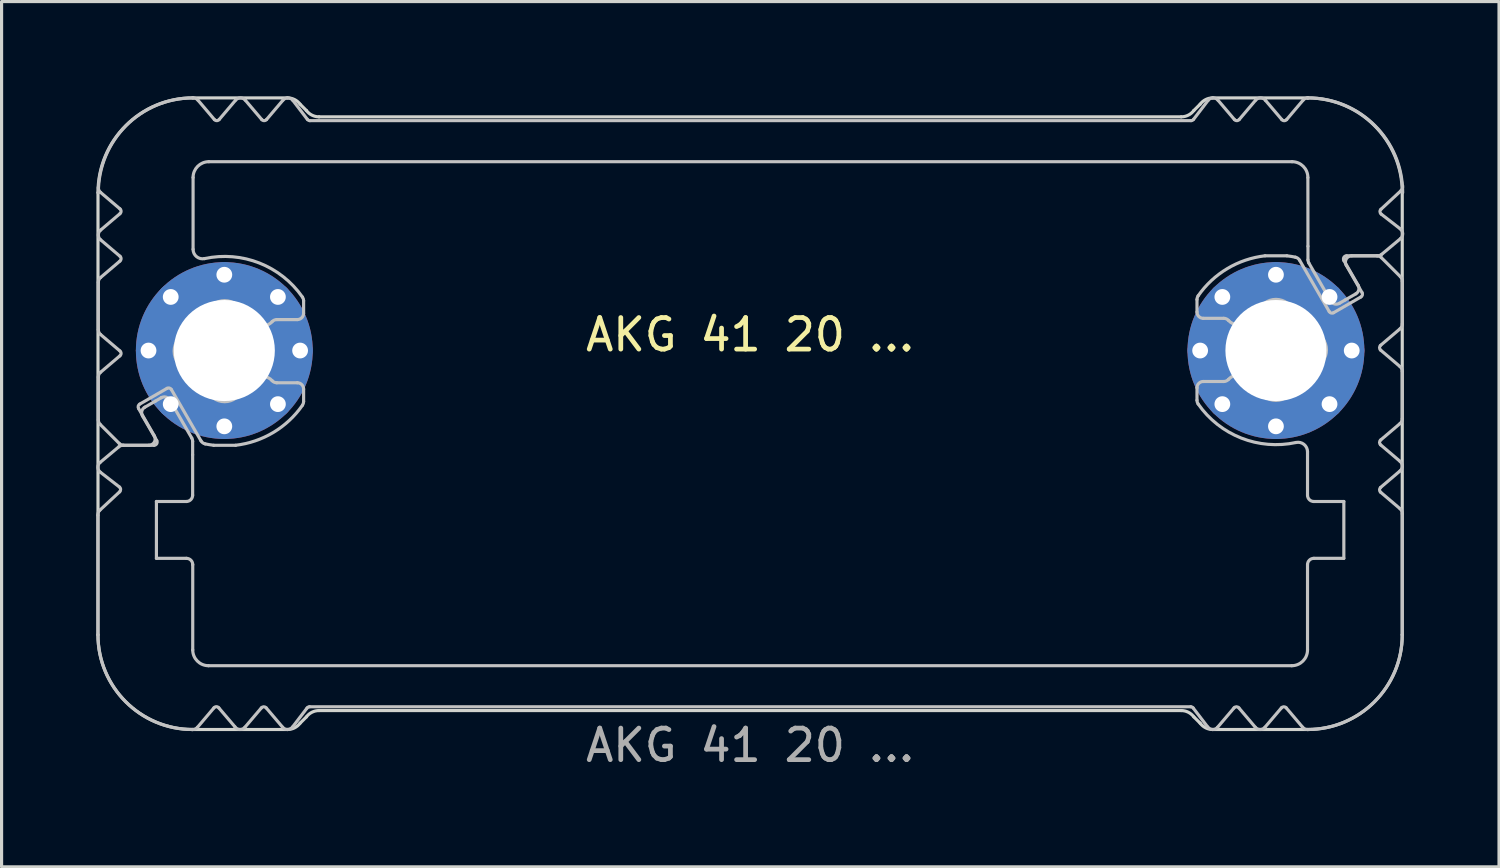
<source format=kicad_pcb>
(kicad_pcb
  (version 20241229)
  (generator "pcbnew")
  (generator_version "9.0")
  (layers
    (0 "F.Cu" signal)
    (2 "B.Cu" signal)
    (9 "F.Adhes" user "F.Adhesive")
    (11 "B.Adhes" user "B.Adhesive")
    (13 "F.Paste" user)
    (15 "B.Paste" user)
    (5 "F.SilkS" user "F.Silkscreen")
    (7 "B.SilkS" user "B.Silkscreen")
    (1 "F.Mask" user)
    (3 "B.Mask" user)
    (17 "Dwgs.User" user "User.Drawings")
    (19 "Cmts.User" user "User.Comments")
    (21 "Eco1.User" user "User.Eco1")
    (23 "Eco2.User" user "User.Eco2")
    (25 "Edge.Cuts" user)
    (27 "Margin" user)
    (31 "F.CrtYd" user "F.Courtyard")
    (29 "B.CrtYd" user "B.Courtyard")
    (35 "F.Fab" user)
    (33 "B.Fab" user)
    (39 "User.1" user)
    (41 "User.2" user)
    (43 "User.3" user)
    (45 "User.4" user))
  (footprint "AKG 41 20 ..."
    (layer "F.Cu")
    (at 20.703 8.05)
    (property "Reference" "AKG 41 20 ..." (at 0 -0.5 0) (unlocked yes) (layer "F.SilkS") (effects (font (size 1 1) (thickness 0.15))))
    (attr exclude_from_pos_files dnp)
    (fp_poly (pts (xy -13.996 -7.3) (xy 2.904 -7.3) (xy 2.904 -6) (xy -17.596 -6) (xy -17.596 -8) (xy -16.896 -7.2) (xy -16.146 -8) (xy -15.396 -7.2) (xy -14.646 -8)) (stroke (width 0.1) (type solid)) (fill yes) (layer "B.Mask"))
    (fp_poly (pts (xy -13.996 11.3) (xy 2.904 11.3) (xy 2.904 10) (xy -17.596 10) (xy -17.596 12) (xy -16.896 11.2) (xy -16.146 12) (xy -15.396 11.2) (xy -14.646 12)) (stroke (width 0.1) (type solid)) (fill yes) (layer "B.Mask"))
    (fp_poly (pts (xy 14.004 -7.3) (xy -2.896 -7.3) (xy -2.896 -6) (xy 17.604 -6) (xy 17.604 -8) (xy 16.904 -7.2) (xy 16.154 -8) (xy 15.404 -7.2) (xy 14.654 -8)) (stroke (width 0.1) (type solid)) (fill yes) (layer "B.Mask"))
    (fp_poly (pts (xy 14.004 11.3) (xy -2.896 11.3) (xy -2.896 10) (xy 17.604 10) (xy 17.604 12) (xy 16.904 11.2) (xy 16.154 12) (xy 15.404 11.2) (xy 14.654 12)) (stroke (width 0.1) (type solid)) (fill yes) (layer "B.Mask"))
    (fp_poly (pts (xy -17.696 -6.7) (xy -17.696 -4.7) (xy -17.696 0.1) (xy -19.796 0.1) (xy -20.596 -0.6) (xy -20.596 -2.2) (xy -19.696 -2.9) (xy -20.596 -3.7) (xy -19.796 -4.4) (xy -20.596 -5.1) (xy -20.596 -8) (xy -17.696 -8)) (stroke (width 0.1) (type solid)) (fill yes) (layer "B.Mask"))
    (fp_poly (pts (xy 17.704 -6.7) (xy 17.704 -4.7) (xy 17.704 -0.1) (xy 19.804 -0.1) (xy 20.604 -0.8) (xy 20.604 -2.2) (xy 19.804 -3) (xy 20.604 -3.7) (xy 19.804 -4.4) (xy 20.604 -5.1) (xy 20.604 -8) (xy 17.704 -8)) (stroke (width 0.1) (type solid)) (fill yes) (layer "B.Mask"))
    (fp_poly (pts (xy -17.696 6.7) (xy -18.796 6.7) (xy -18.796 4.7) (xy -17.696 4.7) (xy -17.696 0.1) (xy -19.796 0.1) (xy -20.596 0.8) (xy -20.596 2.2) (xy -19.796 3) (xy -20.596 3.7) (xy -19.796 4.4) (xy -20.596 5.1) (xy -20.596 12) (xy -17.696 12)) (stroke (width 0.1) (type solid)) (fill yes) (layer "B.Mask"))
    (fp_poly (pts (xy 17.704 6.7) (xy 18.804 6.7) (xy 18.804 4.7) (xy 17.704 4.7) (xy 17.704 -0.1) (xy 19.804 -0.1) (xy 20.604 0.6) (xy 20.604 2.2) (xy 19.704 2.9) (xy 20.604 3.7) (xy 19.804 4.4) (xy 20.604 5.1) (xy 20.604 12) (xy 17.704 12)) (stroke (width 0.1) (type solid)) (fill yes) (layer "B.Mask"))
    (fp_line (start -20.652 9) (end -20.652 5.214) (stroke (width 0.1) (type solid)) (layer "Dwgs.User"))
    (fp_line (start -20.639 -0.66) (end -20.639 -2.16) (stroke (width 0.1) (type solid)) (layer "Dwgs.User"))
    (fp_line (start -20.639 2.197) (end -20.639 0.84) (stroke (width 0.1) (type solid)) (layer "Dwgs.User"))
    (fp_line (start -20.589 5.053) (end -19.965 4.473) (stroke (width 0.1) (type solid)) (layer "Dwgs.User"))
    (fp_line (start -20.583 3.543) (end -19.989 3.046) (stroke (width 0.1) (type solid)) (layer "Dwgs.User"))
    (fp_line (start -20.569 -3.812) (end -19.955 -4.334) (stroke (width 0.1) (type solid)) (layer "Dwgs.User"))
    (fp_line (start -20.569 -2.312) (end -19.955 -2.834) (stroke (width 0.1) (type solid)) (layer "Dwgs.User"))
    (fp_line (start -20.569 0.688) (end -19.955 0.166) (stroke (width 0.1) (type solid)) (layer "Dwgs.User"))
    (fp_line (start -19.978 2.941) (end -20.581 2.339) (stroke (width 0.1) (type solid)) (layer "Dwgs.User"))
    (fp_line (start -19.972 4.321) (end -20.575 3.853) (stroke (width 0.1) (type solid)) (layer "Dwgs.User"))
    (fp_line (start -19.955 -4.486) (end -20.569 -5.008) (stroke (width 0.1) (type solid)) (layer "Dwgs.User"))
    (fp_line (start -19.955 -2.986) (end -20.569 -3.508) (stroke (width 0.1) (type solid)) (layer "Dwgs.User"))
    (fp_line (start -19.955 0.014) (end -20.569 -0.508) (stroke (width 0.1) (type solid)) (layer "Dwgs.User"))
    (fp_line (start -19.86 3) (end -18.877 3) (stroke (width 0.1) (type solid)) (layer "Dwgs.User"))
    (fp_line (start -19.366 1.834) (end -18.866 2.7) (stroke (width 0.1) (type solid)) (layer "Dwgs.User"))
    (fp_line (start -19.168 1.795) (end -18.833 1.602) (stroke (width 0.1) (type solid)) (layer "Dwgs.User"))
    (fp_line (start -19.039 3) (end -19.836 3) (stroke (width 0.1) (type solid)) (layer "Dwgs.User"))
    (fp_line (start -18.833 1.602) (end -18.649 1.495) (stroke (width 0.1) (type solid)) (layer "Dwgs.User"))
    (fp_line (start -18.8 4.78) (end -18.8 6.58) (stroke (width 0.1) (type solid)) (layer "Dwgs.User"))
    (fp_line (start -18.8 6.58) (end -17.85 6.58) (stroke (width 0.1) (type solid)) (layer "Dwgs.User"))
    (fp_line (start -18.79 2.85) (end -19.242 2.068) (stroke (width 0.1) (type solid)) (layer "Dwgs.User"))
    (fp_line (start -18.463 1.197) (end -19.329 1.697) (stroke (width 0.1) (type solid)) (layer "Dwgs.User"))
    (fp_line (start -18.375 1.568) (end -17.68 2.773) (stroke (width 0.1) (type solid)) (layer "Dwgs.User"))
    (fp_line (start -17.853 4.78) (end -18.8 4.78) (stroke (width 0.1) (type solid)) (layer "Dwgs.User"))
    (fp_line (start -17.653 2.873) (end -17.653 3.3) (stroke (width 0.1) (type solid)) (layer "Dwgs.User"))
    (fp_line (start -17.653 3.305) (end -17.653 4.58) (stroke (width 0.1) (type solid)) (layer "Dwgs.User"))
    (fp_line (start -17.652 12) (end -17.652 12) (stroke (width 0.1) (type solid)) (layer "Dwgs.User"))
    (fp_line (start -17.651 12) (end -17.652 12) (stroke (width 0.1) (type solid)) (layer "Dwgs.User"))
    (fp_line (start -17.65 6.78) (end -17.65 9.48) (stroke (width 0.1) (type solid)) (layer "Dwgs.User"))
    (fp_line (start -17.639 -5.48) (end -17.639 -3.205) (stroke (width 0.1) (type solid)) (layer "Dwgs.User"))
    (fp_line (start -17.486 -7.929) (end -16.965 -7.315) (stroke (width 0.1) (type solid)) (layer "Dwgs.User"))
    (fp_line (start -17.388 2.86) (end -18.327 1.234) (stroke (width 0.1) (type solid)) (layer "Dwgs.User"))
    (fp_line (start -17.15 9.98) (end 17.15 9.98) (stroke (width 0.1) (type solid)) (layer "Dwgs.User"))
    (fp_line (start -16.979 11.315) (end -17.499 11.929) (stroke (width 0.1) (type solid)) (layer "Dwgs.User"))
    (fp_line (start -16.813 -7.315) (end -16.292 -7.929) (stroke (width 0.1) (type solid)) (layer "Dwgs.User"))
    (fp_line (start -16.314 11.914) (end -16.824 11.315) (stroke (width 0.1) (type solid)) (layer "Dwgs.User"))
    (fp_line (start -16.293 3) (end -16.985 3) (stroke (width 0.1) (type solid)) (layer "Dwgs.User"))
    (fp_line (start -15.987 -7.929) (end -15.465 -7.315) (stroke (width 0.1) (type solid)) (layer "Dwgs.User"))
    (fp_line (start -15.476 11.315) (end -15.998 11.929) (stroke (width 0.1) (type solid)) (layer "Dwgs.User"))
    (fp_line (start -15.313 -7.315) (end -14.792 -7.929) (stroke (width 0.1) (type solid)) (layer "Dwgs.User"))
    (fp_line (start -14.988 1.02) (end -14.339 1.02) (stroke (width 0.1) (type solid)) (layer "Dwgs.User"))
    (fp_line (start -14.803 11.929) (end -15.324 11.315) (stroke (width 0.1) (type solid)) (layer "Dwgs.User"))
    (fp_line (start -14.48 -7.922) (end -14.019 -7.319) (stroke (width 0.1) (type solid)) (layer "Dwgs.User"))
    (fp_line (start -14.339 -0.98) (end -14.988 -0.98) (stroke (width 0.1) (type solid)) (layer "Dwgs.User"))
    (fp_line (start -14.139 -1.577) (end -14.139 -1.18) (stroke (width 0.1) (type solid)) (layer "Dwgs.User"))
    (fp_line (start -14.139 1.22) (end -14.139 1.617) (stroke (width 0.1) (type solid)) (layer "Dwgs.User"))
    (fp_line (start -14.029 11.319) (end -14.491 11.922) (stroke (width 0.1) (type solid)) (layer "Dwgs.User"))
    (fp_line (start -13.939 -7.28) (end 13.961 -7.28) (stroke (width 0.1) (type solid)) (layer "Dwgs.User"))
    (fp_line (start 13.95 11.28) (end -13.95 11.28) (stroke (width 0.1) (type solid)) (layer "Dwgs.User"))
    (fp_line (start 14.04 -7.319) (end 14.502 -7.922) (stroke (width 0.1) (type solid)) (layer "Dwgs.User"))
    (fp_line (start 14.15 -1.22) (end 14.15 -1.617) (stroke (width 0.1) (type solid)) (layer "Dwgs.User"))
    (fp_line (start 14.15 1.577) (end 14.15 1.18) (stroke (width 0.1) (type solid)) (layer "Dwgs.User"))
    (fp_line (start 14.35 0.98) (end 14.999 0.98) (stroke (width 0.1) (type solid)) (layer "Dwgs.User"))
    (fp_line (start 14.491 11.922) (end 14.029 11.319) (stroke (width 0.1) (type solid)) (layer "Dwgs.User"))
    (fp_line (start 14.813 -7.929) (end 15.335 -7.315) (stroke (width 0.1) (type solid)) (layer "Dwgs.User"))
    (fp_line (start 14.999 -1.02) (end 14.35 -1.02) (stroke (width 0.1) (type solid)) (layer "Dwgs.User"))
    (fp_line (start 15.324 11.315) (end 14.802 11.929) (stroke (width 0.1) (type solid)) (layer "Dwgs.User"))
    (fp_line (start 15.487 -7.315) (end 16.008 -7.929) (stroke (width 0.1) (type solid)) (layer "Dwgs.User"))
    (fp_line (start 15.997 11.929) (end 15.476 11.315) (stroke (width 0.1) (type solid)) (layer "Dwgs.User"))
    (fp_line (start 16.304 -3) (end 16.996 -3) (stroke (width 0.1) (type solid)) (layer "Dwgs.User"))
    (fp_line (start 16.325 -7.914) (end 16.835 -7.315) (stroke (width 0.1) (type solid)) (layer "Dwgs.User"))
    (fp_line (start 16.824 11.315) (end 16.302 11.929) (stroke (width 0.1) (type solid)) (layer "Dwgs.User"))
    (fp_line (start 16.99 -7.315) (end 17.51 -7.929) (stroke (width 0.1) (type solid)) (layer "Dwgs.User"))
    (fp_line (start 17.161 -5.98) (end -17.139 -5.98) (stroke (width 0.1) (type solid)) (layer "Dwgs.User"))
    (fp_line (start 17.399 -2.86) (end 18.338 -1.234) (stroke (width 0.1) (type solid)) (layer "Dwgs.User"))
    (fp_line (start 17.496 11.929) (end 16.976 11.315) (stroke (width 0.1) (type solid)) (layer "Dwgs.User"))
    (fp_line (start 17.65 4.58) (end 17.65 3.205) (stroke (width 0.1) (type solid)) (layer "Dwgs.User"))
    (fp_line (start 17.65 9.48) (end 17.65 6.78) (stroke (width 0.1) (type solid)) (layer "Dwgs.User"))
    (fp_line (start 17.662 -8) (end 17.662 -8) (stroke (width 0.1) (type solid)) (layer "Dwgs.User"))
    (fp_line (start 17.662 -8) (end 17.663 -8) (stroke (width 0.1) (type solid)) (layer "Dwgs.User"))
    (fp_line (start 17.664 -3.305) (end 17.661 -5.476) (stroke (width 0.1) (type solid)) (layer "Dwgs.User"))
    (fp_line (start 17.664 -2.873) (end 17.664 -3.3) (stroke (width 0.1) (type solid)) (layer "Dwgs.User"))
    (fp_line (start 17.85 6.58) (end 18.8 6.58) (stroke (width 0.1) (type solid)) (layer "Dwgs.User"))
    (fp_line (start 18.386 -1.568) (end 17.691 -2.773) (stroke (width 0.1) (type solid)) (layer "Dwgs.User"))
    (fp_line (start 18.474 -1.197) (end 19.34 -1.697) (stroke (width 0.1) (type solid)) (layer "Dwgs.User"))
    (fp_line (start 18.8 4.78) (end 17.85 4.78) (stroke (width 0.1) (type solid)) (layer "Dwgs.User"))
    (fp_line (start 18.8 6.58) (end 18.8 4.78) (stroke (width 0.1) (type solid)) (layer "Dwgs.User"))
    (fp_line (start 18.801 -2.85) (end 19.252 -2.068) (stroke (width 0.1) (type solid)) (layer "Dwgs.User"))
    (fp_line (start 18.844 -1.602) (end 18.659 -1.495) (stroke (width 0.1) (type solid)) (layer "Dwgs.User"))
    (fp_line (start 19.05 -3) (end 19.847 -3) (stroke (width 0.1) (type solid)) (layer "Dwgs.User"))
    (fp_line (start 19.179 -1.795) (end 18.844 -1.602) (stroke (width 0.1) (type solid)) (layer "Dwgs.User"))
    (fp_line (start 19.377 -1.834) (end 18.877 -2.7) (stroke (width 0.1) (type solid)) (layer "Dwgs.User"))
    (fp_line (start 19.871 -3) (end 18.888 -3) (stroke (width 0.1) (type solid)) (layer "Dwgs.User"))
    (fp_line (start 19.965 -0.014) (end 20.579 0.508) (stroke (width 0.1) (type solid)) (layer "Dwgs.User"))
    (fp_line (start 19.965 2.986) (end 20.579 3.508) (stroke (width 0.1) (type solid)) (layer "Dwgs.User"))
    (fp_line (start 19.965 4.486) (end 20.579 5.008) (stroke (width 0.1) (type solid)) (layer "Dwgs.User"))
    (fp_line (start 19.983 -4.321) (end 20.586 -3.853) (stroke (width 0.1) (type solid)) (layer "Dwgs.User"))
    (fp_line (start 19.989 -2.941) (end 20.591 -2.339) (stroke (width 0.1) (type solid)) (layer "Dwgs.User"))
    (fp_line (start 20.579 -0.688) (end 19.965 -0.166) (stroke (width 0.1) (type solid)) (layer "Dwgs.User"))
    (fp_line (start 20.579 2.312) (end 19.965 2.834) (stroke (width 0.1) (type solid)) (layer "Dwgs.User"))
    (fp_line (start 20.579 3.812) (end 19.965 4.334) (stroke (width 0.1) (type solid)) (layer "Dwgs.User"))
    (fp_line (start 20.593 -3.543) (end 19.999 -3.047) (stroke (width 0.1) (type solid)) (layer "Dwgs.User"))
    (fp_line (start 20.6 -5.053) (end 19.976 -4.473) (stroke (width 0.1) (type solid)) (layer "Dwgs.User"))
    (fp_line (start 20.65 5.171) (end 20.649 9) (stroke (width 0.1) (type solid)) (layer "Dwgs.User"))
    (fp_line (start 20.65 -2.197) (end 20.65 -0.84) (stroke (width 0.1) (type solid)) (layer "Dwgs.User"))
    (fp_line (start 20.65 0.66) (end 20.65 2.16) (stroke (width 0.1) (type solid)) (layer "Dwgs.User"))
    (fp_arc (start -20.652431 5.214496) (mid -20.63921 5.126511) (end -20.589103 5.05299) (stroke (width 0.1) (type solid)) (layer "Dwgs.User"))
    (fp_arc (start -20.63919 -2.16003) (mid -20.620691 -2.24403) (end -20.568628 -2.312496) (stroke (width 0.1) (type solid)) (layer "Dwgs.User"))
    (fp_arc (start -20.63919 0.83997) (mid -20.620691 0.75597) (end -20.568628 0.687504) (stroke (width 0.1) (type solid)) (layer "Dwgs.User"))
    (fp_arc (start -20.638629 -5.00003) (mid -19.759776 -7.121528) (end -17.638132 -8.00003) (stroke (width 0.1) (type solid)) (layer "Dwgs.User"))
    (fp_arc (start -20.580611 2.338548) (mid -20.623952 2.273658) (end -20.63919 2.197127) (stroke (width 0.1) (type solid)) (layer "Dwgs.User"))
    (fp_arc (start -20.575499 3.853059) (mid -20.652937 3.699538) (end -20.582592 3.542641) (stroke (width 0.1) (type solid)) (layer "Dwgs.User"))
    (fp_arc (start -20.568628 -5.007564) (mid -20.623021 -5.081251) (end -20.638863 -5.171459) (stroke (width 0.1) (type solid)) (layer "Dwgs.User"))
    (fp_arc (start -20.568628 -3.507564) (mid -20.639188 -3.66003) (end -20.568628 -3.812496) (stroke (width 0.1) (type solid)) (layer "Dwgs.User"))
    (fp_arc (start -20.568628 -0.507564) (mid -20.620694 -0.576029) (end -20.63919 -0.66003) (stroke (width 0.1) (type solid)) (layer "Dwgs.User"))
    (fp_arc (start -19.988668 3.046481) (mid -19.928648 3.011946) (end -19.860445 2.99997) (stroke (width 0.1) (type solid)) (layer "Dwgs.User"))
    (fp_arc (start -19.971739 4.320925) (mid -19.933088 4.395508) (end -19.964937 4.473239) (stroke (width 0.1) (type solid)) (layer "Dwgs.User"))
    (fp_arc (start -19.954583 -4.486263) (mid -19.919295 -4.41003) (end -19.954583 -4.333797) (stroke (width 0.1) (type solid)) (layer "Dwgs.User"))
    (fp_arc (start -19.954583 -2.986263) (mid -19.919295 -2.91003) (end -19.954583 -2.833797) (stroke (width 0.1) (type solid)) (layer "Dwgs.User"))
    (fp_arc (start -19.954583 0.013737) (mid -19.919295 0.08997) (end -19.954583 0.166203) (stroke (width 0.1) (type solid)) (layer "Dwgs.User"))
    (fp_arc (start -19.836347 2.99997) (mid -19.912877 2.984729) (end -19.977769 2.941391) (stroke (width 0.1) (type solid)) (layer "Dwgs.User"))
    (fp_arc (start -19.365985 1.833944) (mid -19.375952 1.758068) (end -19.329382 1.697342) (stroke (width 0.1) (type solid)) (layer "Dwgs.User"))
    (fp_arc (start -19.241514 2.068343) (mid -19.261468 1.916586) (end -19.168309 1.795138) (stroke (width 0.1) (type solid)) (layer "Dwgs.User"))
    (fp_arc (start -18.865985 2.69997) (mid -18.865978 2.899974) (end -19.03919 2.99997) (stroke (width 0.1) (type solid)) (layer "Dwgs.User"))
    (fp_arc (start -18.790241 2.84997) (mid -18.790233 2.949975) (end -18.876844 2.99997) (stroke (width 0.1) (type solid)) (layer "Dwgs.User"))
    (fp_arc (start -18.648694 1.495138) (mid -18.496932 1.475166) (end -18.375489 1.568343) (stroke (width 0.1) (type solid)) (layer "Dwgs.User"))
    (fp_arc (start -18.463357 1.197342) (mid -18.387485 1.187387) (end -18.326754 1.233944) (stroke (width 0.1) (type solid)) (layer "Dwgs.User"))
    (fp_arc (start -17.850049 6.57997) (mid -17.708651 6.638572) (end -17.650049 6.77997) (stroke (width 0.1) (type solid)) (layer "Dwgs.User"))
    (fp_arc (start -17.80419 -0.556897) (mid -17.558426 -0.899266) (end -17.216057 -1.14503) (stroke (width 0.1) (type solid)) (layer "Dwgs.User"))
    (fp_arc (start -17.80419 0.596836) (mid -18.239189 0.01997) (end -17.80419 -0.556897) (stroke (width 0.1) (type solid)) (layer "Dwgs.User"))
    (fp_arc (start -17.679787 2.773333) (mid -17.659797 2.821567) (end -17.652992 2.873333) (stroke (width 0.1) (type solid)) (layer "Dwgs.User"))
    (fp_arc (start -17.652992 4.57997) (mid -17.711565 4.721397) (end -17.852992 4.77997) (stroke (width 0.1) (type solid)) (layer "Dwgs.User"))
    (fp_arc (start -17.651935 11.99997) (mid -19.773559 11.121448) (end -20.652431 8.99997) (stroke (width 0.1) (type solid)) (layer "Dwgs.User"))
    (fp_arc (start -17.63919 -5.48003) (mid -17.492738 -5.833578) (end -17.13919 -5.98003) (stroke (width 0.1) (type solid)) (layer "Dwgs.User"))
    (fp_arc (start -17.638132 -8.00003) (mid -17.554059 -7.98147) (end -17.485563 -7.929306) (stroke (width 0.1) (type solid)) (layer "Dwgs.User"))
    (fp_arc (start -17.499192 11.929246) (mid -17.567408 11.9813) (end -17.651161 11.999969) (stroke (width 0.1) (type solid)) (layer "Dwgs.User"))
    (fp_arc (start -17.275554 -2.911761) (mid -17.527487 -2.97138) (end -17.63919 -3.204934) (stroke (width 0.1) (type solid)) (layer "Dwgs.User"))
    (fp_arc (start -17.275554 -2.911761) (mid -15.540142 -2.771458) (end -14.174904 -1.690965) (stroke (width 0.1) (type solid)) (layer "Dwgs.User"))
    (fp_arc (start -17.255732 2.955932) (mid -17.331984 2.922143) (end -17.387834 2.860201) (stroke (width 0.1) (type solid)) (layer "Dwgs.User"))
    (fp_arc (start -17.216057 -1.14503) (mid -16.63919 -1.58003) (end -16.062323 -1.14503) (stroke (width 0.1) (type solid)) (layer "Dwgs.User"))
    (fp_arc (start -17.216057 1.18497) (mid -17.55843 0.939209) (end -17.80419 0.596836) (stroke (width 0.1) (type solid)) (layer "Dwgs.User"))
    (fp_arc (start -17.150049 9.97997) (mid -17.503577 9.833498) (end -17.650049 9.47997) (stroke (width 0.1) (type solid)) (layer "Dwgs.User"))
    (fp_arc (start -16.985022 2.99997) (mid -17.120881 2.981048) (end -17.255732 2.955932) (stroke (width 0.1) (type solid)) (layer "Dwgs.User"))
    (fp_arc (start -16.979121 11.315332) (mid -16.901541 11.278264) (end -16.823885 11.315171) (stroke (width 0.1) (type solid)) (layer "Dwgs.User"))
    (fp_arc (start -16.812951 -7.315318) (mid -16.889181 -7.280019) (end -16.965417 -7.315305) (stroke (width 0.1) (type solid)) (layer "Dwgs.User"))
    (fp_arc (start -16.291667 -7.929455) (mid -16.13919 -8.000029) (end -15.986712 -7.929455) (stroke (width 0.1) (type solid)) (layer "Dwgs.User"))
    (fp_arc (start -16.062323 -1.14503) (mid -15.880199 -1.035459) (end -15.718362 -0.897677) (stroke (width 0.1) (type solid)) (layer "Dwgs.User"))
    (fp_arc (start -16.062323 1.18497) (mid -16.63919 1.61997) (end -17.216057 1.18497) (stroke (width 0.1) (type solid)) (layer "Dwgs.User"))
    (fp_arc (start -15.997571 11.929394) (mid -16.159557 11.999707) (end -16.314131 11.914325) (stroke (width 0.1) (type solid)) (layer "Dwgs.User"))
    (fp_arc (start -15.718362 0.937617) (mid -15.880203 1.075392) (end -16.062323 1.18497) (stroke (width 0.1) (type solid)) (layer "Dwgs.User"))
    (fp_arc (start -15.718362 0.937617) (mid -15.424243 0.820096) (end -15.136888 0.953303) (stroke (width 0.1) (type solid)) (layer "Dwgs.User"))
    (fp_arc (start -15.476288 11.315258) (mid -15.400049 11.27997) (end -15.32381 11.315258) (stroke (width 0.1) (type solid)) (layer "Dwgs.User"))
    (fp_arc (start -15.312951 -7.315318) (mid -15.38919 -7.28003) (end -15.465429 -7.315318) (stroke (width 0.1) (type solid)) (layer "Dwgs.User"))
    (fp_arc (start -15.136888 -0.913364) (mid -15.424244 -0.780195) (end -15.718362 -0.897677) (stroke (width 0.1) (type solid)) (layer "Dwgs.User"))
    (fp_arc (start -15.136888 -0.913364) (mid -15.069468 -0.962607) (end -14.987817 -0.98003) (stroke (width 0.1) (type solid)) (layer "Dwgs.User"))
    (fp_arc (start -14.987817 1.01997) (mid -15.069464 1.002537) (end -15.136888 0.953303) (stroke (width 0.1) (type solid)) (layer "Dwgs.User"))
    (fp_arc (start -14.791667 -7.929455) (mid -14.634216 -7.999958) (end -14.480466 -7.921713) (stroke (width 0.1) (type solid)) (layer "Dwgs.User"))
    (fp_arc (start -14.491325 11.921653) (mid -14.645076 11.999873) (end -14.802527 11.929394) (stroke (width 0.1) (type solid)) (layer "Dwgs.User"))
    (fp_arc (start -14.33919 1.01997) (mid -14.197772 1.078552) (end -14.13919 1.21997) (stroke (width 0.1) (type solid)) (layer "Dwgs.User"))
    (fp_arc (start -14.174904 -1.690965) (mid -14.148333 -1.636662) (end -14.13919 -1.576902) (stroke (width 0.1) (type solid)) (layer "Dwgs.User"))
    (fp_arc (start -14.174904 1.730904) (mid -15.097492 2.593529) (end -16.293358 2.99997) (stroke (width 0.1) (type solid)) (layer "Dwgs.User"))
    (fp_arc (start -14.13919 -1.18003) (mid -14.197762 -1.038602) (end -14.33919 -0.98003) (stroke (width 0.1) (type solid)) (layer "Dwgs.User"))
    (fp_arc (start -14.13919 1.616842) (mid -14.148317 1.676607) (end -14.174904 1.730904) (stroke (width 0.1) (type solid)) (layer "Dwgs.User"))
    (fp_arc (start -14.029411 11.319129) (mid -13.994304 11.290279) (end -13.950049 11.27997) (stroke (width 0.1) (type solid)) (layer "Dwgs.User"))
    (fp_arc (start -13.93919 -7.28003) (mid -13.98344 -7.29035) (end -14.018552 -7.319189) (stroke (width 0.1) (type solid)) (layer "Dwgs.User"))
    (fp_arc (start 13.949951 11.27997) (mid 13.99419 11.290312) (end 14.029313 11.319129) (stroke (width 0.1) (type solid)) (layer "Dwgs.User"))
    (fp_arc (start 14.040172 -7.319189) (mid 14.005062 -7.290341) (end 13.96081 -7.28003) (stroke (width 0.1) (type solid)) (layer "Dwgs.User"))
    (fp_arc (start 14.149951 -1.616902) (mid 14.159085 -1.676664) (end 14.185665 -1.730964) (stroke (width 0.1) (type solid)) (layer "Dwgs.User"))
    (fp_arc (start 14.149951 1.17997) (mid 14.208523 1.038542) (end 14.349951 0.97997) (stroke (width 0.1) (type solid)) (layer "Dwgs.User"))
    (fp_arc (start 14.185665 -1.730964) (mid 15.10825 -2.593595) (end 16.304119 -3.00003) (stroke (width 0.1) (type solid)) (layer "Dwgs.User"))
    (fp_arc (start 14.185665 1.690905) (mid 14.159091 1.636603) (end 14.149951 1.576842) (stroke (width 0.1) (type solid)) (layer "Dwgs.User"))
    (fp_arc (start 14.349951 -1.02003) (mid 14.208555 -1.078634) (end 14.149951 -1.22003) (stroke (width 0.1) (type solid)) (layer "Dwgs.User"))
    (fp_arc (start 14.502086 -7.921713) (mid 14.655833 -7.999949) (end 14.813288 -7.929455) (stroke (width 0.1) (type solid)) (layer "Dwgs.User"))
    (fp_arc (start 14.802429 11.929394) (mid 14.644978 11.999873) (end 14.491227 11.921653) (stroke (width 0.1) (type solid)) (layer "Dwgs.User"))
    (fp_arc (start 14.998578 -1.02003) (mid 15.080232 -1.002613) (end 15.147649 -0.953363) (stroke (width 0.1) (type solid)) (layer "Dwgs.User"))
    (fp_arc (start 15.147649 0.913304) (mid 15.080225 0.96254) (end 14.998578 0.97997) (stroke (width 0.1) (type solid)) (layer "Dwgs.User"))
    (fp_arc (start 15.147649 0.913304) (mid 15.435004 0.780112) (end 15.729123 0.897617) (stroke (width 0.1) (type solid)) (layer "Dwgs.User"))
    (fp_arc (start 15.323712 11.315258) (mid 15.399951 11.27997) (end 15.47619 11.315258) (stroke (width 0.1) (type solid)) (layer "Dwgs.User"))
    (fp_arc (start 15.487049 -7.315318) (mid 15.41081 -7.28003) (end 15.334571 -7.315318) (stroke (width 0.1) (type solid)) (layer "Dwgs.User"))
    (fp_arc (start 15.729123 -0.937677) (mid 15.435005 -0.820179) (end 15.147649 -0.953363) (stroke (width 0.1) (type solid)) (layer "Dwgs.User"))
    (fp_arc (start 15.729123 -0.937677) (mid 15.890962 -1.075455) (end 16.073084 -1.18503) (stroke (width 0.1) (type solid)) (layer "Dwgs.User"))
    (fp_arc (start 16.008333 -7.929455) (mid 16.170316 -7.999785) (end 16.324892 -7.914385) (stroke (width 0.1) (type solid)) (layer "Dwgs.User"))
    (fp_arc (start 16.073084 -1.18503) (mid 16.649951 -1.62003) (end 17.226818 -1.18503) (stroke (width 0.1) (type solid)) (layer "Dwgs.User"))
    (fp_arc (start 16.073084 1.14497) (mid 15.890964 1.035394) (end 15.729123 0.897617) (stroke (width 0.1) (type solid)) (layer "Dwgs.User"))
    (fp_arc (start 16.302429 11.929394) (mid 16.149951 11.99997) (end 15.997473 11.929394) (stroke (width 0.1) (type solid)) (layer "Dwgs.User"))
    (fp_arc (start 16.823712 11.315258) (mid 16.899942 11.279935) (end 16.976178 11.315245) (stroke (width 0.1) (type solid)) (layer "Dwgs.User"))
    (fp_arc (start 16.989882 -7.315392) (mid 16.912303 -7.278341) (end 16.834646 -7.315231) (stroke (width 0.1) (type solid)) (layer "Dwgs.User"))
    (fp_arc (start 16.995783 -3.00003) (mid 17.131641 -2.981106) (end 17.266493 -2.955992) (stroke (width 0.1) (type solid)) (layer "Dwgs.User"))
    (fp_arc (start 17.16081 -5.98003) (mid 17.514368 -5.833582) (end 17.66081 -5.48003) (stroke (width 0.1) (type solid)) (layer "Dwgs.User"))
    (fp_arc (start 17.226818 -1.18503) (mid 17.569182 -0.93926) (end 17.814951 -0.596896) (stroke (width 0.1) (type solid)) (layer "Dwgs.User"))
    (fp_arc (start 17.226818 1.14497) (mid 16.649951 1.57997) (end 16.073084 1.14497) (stroke (width 0.1) (type solid)) (layer "Dwgs.User"))
    (fp_arc (start 17.266493 -2.955992) (mid 17.342755 -2.922217) (end 17.398595 -2.860261) (stroke (width 0.1) (type solid)) (layer "Dwgs.User"))
    (fp_arc (start 17.286315 2.9117) (mid 15.550891 2.771429) (end 14.185665 1.690905) (stroke (width 0.1) (type solid)) (layer "Dwgs.User"))
    (fp_arc (start 17.286315 2.9117) (mid 17.538271 2.971291) (end 17.649951 3.204873) (stroke (width 0.1) (type solid)) (layer "Dwgs.User"))
    (fp_arc (start 17.509953 -7.929306) (mid 17.578162 -7.98138) (end 17.661922 -8.000029) (stroke (width 0.1) (type solid)) (layer "Dwgs.User"))
    (fp_arc (start 17.648893 11.99997) (mid 17.56481 11.981432) (end 17.496324 11.929246) (stroke (width 0.1) (type solid)) (layer "Dwgs.User"))
    (fp_arc (start 17.649951 6.77997) (mid 17.708523 6.638542) (end 17.849951 6.57997) (stroke (width 0.1) (type solid)) (layer "Dwgs.User"))
    (fp_arc (start 17.649951 9.47997) (mid 17.503498 9.833517) (end 17.149951 9.97997) (stroke (width 0.1) (type solid)) (layer "Dwgs.User"))
    (fp_arc (start 17.662696 -8.00003) (mid 19.784342 -7.121531) (end 20.663192 -5.00003) (stroke (width 0.1) (type solid)) (layer "Dwgs.User"))
    (fp_arc (start 17.690548 -2.773393) (mid 17.670566 -2.821629) (end 17.663753 -2.873393) (stroke (width 0.1) (type solid)) (layer "Dwgs.User"))
    (fp_arc (start 17.814951 -0.596896) (mid 18.249993 -0.02003) (end 17.814951 0.556837) (stroke (width 0.1) (type solid)) (layer "Dwgs.User"))
    (fp_arc (start 17.814951 0.556837) (mid 17.569185 0.899204) (end 17.226818 1.14497) (stroke (width 0.1) (type solid)) (layer "Dwgs.User"))
    (fp_arc (start 17.849951 4.77997) (mid 17.708555 4.721366) (end 17.649951 4.57997) (stroke (width 0.1) (type solid)) (layer "Dwgs.User"))
    (fp_arc (start 18.474118 -1.197402) (mid 18.398233 -1.1874) (end 18.337515 -1.234004) (stroke (width 0.1) (type solid)) (layer "Dwgs.User"))
    (fp_arc (start 18.659455 -1.495198) (mid 18.507701 -1.475253) (end 18.38625 -1.568403) (stroke (width 0.1) (type solid)) (layer "Dwgs.User"))
    (fp_arc (start 18.801002 -2.85003) (mid 18.801009 -2.950026) (end 18.887605 -3.00003) (stroke (width 0.1) (type solid)) (layer "Dwgs.User"))
    (fp_arc (start 18.876746 -2.70003) (mid 18.876753 -2.900026) (end 19.049951 -3.00003) (stroke (width 0.1) (type solid)) (layer "Dwgs.User"))
    (fp_arc (start 19.252275 -2.068403) (mid 19.272244 -1.916642) (end 19.17907 -1.795198) (stroke (width 0.1) (type solid)) (layer "Dwgs.User"))
    (fp_arc (start 19.376746 -1.834004) (mid 19.386719 -1.758127) (end 19.340143 -1.697402) (stroke (width 0.1) (type solid)) (layer "Dwgs.User"))
    (fp_arc (start 19.847108 -3.00003) (mid 19.923644 -2.984804) (end 19.98853 -2.941451) (stroke (width 0.1) (type solid)) (layer "Dwgs.User"))
    (fp_arc (start 19.965344 -0.013797) (mid 19.930082 -0.09003) (end 19.965344 -0.166263) (stroke (width 0.1) (type solid)) (layer "Dwgs.User"))
    (fp_arc (start 19.965344 2.986203) (mid 19.930082 2.90997) (end 19.965344 2.833737) (stroke (width 0.1) (type solid)) (layer "Dwgs.User"))
    (fp_arc (start 19.965344 4.486203) (mid 19.930082 4.40997) (end 19.965344 4.333737) (stroke (width 0.1) (type solid)) (layer "Dwgs.User"))
    (fp_arc (start 19.9825 -4.320985) (mid 19.943877 -4.395569) (end 19.975698 -4.473299) (stroke (width 0.1) (type solid)) (layer "Dwgs.User"))
    (fp_arc (start 19.999429 -3.046541) (mid 19.939406 -3.012014) (end 19.871206 -3.00003) (stroke (width 0.1) (type solid)) (layer "Dwgs.User"))
    (fp_arc (start 20.579389 0.507504) (mid 20.631446 0.575973) (end 20.649951 0.65997) (stroke (width 0.1) (type solid)) (layer "Dwgs.User"))
    (fp_arc (start 20.579389 3.507504) (mid 20.649975 3.65997) (end 20.579389 3.812436) (stroke (width 0.1) (type solid)) (layer "Dwgs.User"))
    (fp_arc (start 20.579389 5.007504) (mid 20.633797 5.081185) (end 20.649624 5.171399) (stroke (width 0.1) (type solid)) (layer "Dwgs.User"))
    (fp_arc (start 20.58626 -3.853119) (mid 20.663725 -3.699599) (end 20.593353 -3.542701) (stroke (width 0.1) (type solid)) (layer "Dwgs.User"))
    (fp_arc (start 20.591372 -2.338608) (mid 20.634725 -2.273723) (end 20.649951 -2.197187) (stroke (width 0.1) (type solid)) (layer "Dwgs.User"))
    (fp_arc (start 20.64939 8.99997) (mid 19.770537 11.121468) (end 17.648893 11.99997) (stroke (width 0.1) (type solid)) (layer "Dwgs.User"))
    (fp_arc (start 20.649951 -0.84003) (mid 20.631454 -0.756029) (end 20.579389 -0.687564) (stroke (width 0.1) (type solid)) (layer "Dwgs.User"))
    (fp_arc (start 20.649951 2.15997) (mid 20.631454 2.243971) (end 20.579389 2.312436) (stroke (width 0.1) (type solid)) (layer "Dwgs.User"))
    (fp_arc (start 20.663192 -5.214556) (mid 20.649916 -5.126598) (end 20.599864 -5.05305) (stroke (width 0.1) (type solid)) (layer "Dwgs.User"))
    (fp_rect (start -18.6 4.88) (end 18.6 6.48) (stroke (width 0.1) (type solid)) (fill no) (layer "Eco1.User"))
    (fp_line (start -20.65 -5) (end -20.65 9) (stroke (width 0.1) (type solid)) (layer "Edge.Cuts"))
    (fp_line (start -17.65 -8) (end -14.65 -8) (stroke (width 0.1) (type solid)) (layer "Edge.Cuts"))
    (fp_line (start -17.65 12) (end -14.65 12) (stroke (width 0.1) (type solid)) (layer "Edge.Cuts"))
    (fp_line (start -14.05 -7.6) (end -14.25 -7.8) (stroke (width 0.1) (type solid)) (layer "Edge.Cuts"))
    (fp_line (start -14.05 11.6) (end -14.25 11.8) (stroke (width 0.1) (type solid)) (layer "Edge.Cuts"))
    (fp_line (start -13.65 -7.4) (end 13.65 -7.4) (stroke (width 0.1) (type solid)) (layer "Edge.Cuts"))
    (fp_line (start -13.65 11.4) (end 13.65 11.4) (stroke (width 0.1) (type solid)) (layer "Edge.Cuts"))
    (fp_line (start 14.05 -7.6) (end 14.25 -7.8) (stroke (width 0.1) (type solid)) (layer "Edge.Cuts"))
    (fp_line (start 14.05 11.6) (end 14.25 11.8) (stroke (width 0.1) (type solid)) (layer "Edge.Cuts"))
    (fp_line (start 17.65 -8) (end 14.65 -8) (stroke (width 0.1) (type solid)) (layer "Edge.Cuts"))
    (fp_line (start 17.65 12) (end 14.65 12) (stroke (width 0.1) (type solid)) (layer "Edge.Cuts"))
    (fp_line (start 20.65 -5) (end 20.65 9) (stroke (width 0.1) (type solid)) (layer "Edge.Cuts"))
    (fp_arc (start -20.65 -5) (mid -19.77132 -7.12132) (end -17.65 -8) (stroke (width 0.1) (type solid)) (layer "Edge.Cuts"))
    (fp_arc (start -17.65 12) (mid -19.77132 11.12132) (end -20.65 9) (stroke (width 0.1) (type solid)) (layer "Edge.Cuts"))
    (fp_arc (start -14.65 -8) (mid -14.426393 -7.947214) (end -14.25 -7.8) (stroke (width 0.1) (type solid)) (layer "Edge.Cuts"))
    (fp_arc (start -14.25 11.8) (mid -14.426393 11.947214) (end -14.65 12) (stroke (width 0.1) (type solid)) (layer "Edge.Cuts"))
    (fp_arc (start -14.05 11.6) (mid -13.873607 11.452786) (end -13.65 11.4) (stroke (width 0.1) (type solid)) (layer "Edge.Cuts"))
    (fp_arc (start -13.65 -7.4) (mid -13.873607 -7.452786) (end -14.05 -7.6) (stroke (width 0.1) (type solid)) (layer "Edge.Cuts"))
    (fp_arc (start 13.65 11.4) (mid 13.873607 11.452786) (end 14.05 11.6) (stroke (width 0.1) (type solid)) (layer "Edge.Cuts"))
    (fp_arc (start 14.05 -7.6) (mid 13.873607 -7.452786) (end 13.65 -7.4) (stroke (width 0.1) (type solid)) (layer "Edge.Cuts"))
    (fp_arc (start 14.25 -7.8) (mid 14.426393 -7.947214) (end 14.65 -8) (stroke (width 0.1) (type solid)) (layer "Edge.Cuts"))
    (fp_arc (start 14.65 12) (mid 14.426393 11.947214) (end 14.25 11.8) (stroke (width 0.1) (type solid)) (layer "Edge.Cuts"))
    (fp_arc (start 17.65 -8) (mid 19.77132 -7.12132) (end 20.65 -5) (stroke (width 0.1) (type solid)) (layer "Edge.Cuts"))
    (fp_arc (start 20.65 9) (mid 19.77132 11.12132) (end 17.65 12) (stroke (width 0.1) (type solid)) (layer "Edge.Cuts"))
    (fp_text user "${REFERENCE}" (at 0 12.5 0) (layer "F.Fab") (effects (font (size 1 1) (thickness 0.15))))
    (pad "1" thru_hole circle (at -19.05 0) (size 0.8 0.8) (drill 0.5) (layers "*.Cu" "*.Mask"))
    (pad "1" thru_hole circle (at -18.347 -1.697) (size 0.8 0.8) (drill 0.5) (layers "*.Cu" "*.Mask"))
    (pad "1" thru_hole circle (at -18.347 1.697) (size 0.8 0.8) (drill 0.5) (layers "*.Cu" "*.Mask"))
    (pad "1" thru_hole circle (at -16.65 -2.4) (size 0.8 0.8) (drill 0.5) (layers "*.Cu" "*.Mask"))
    (pad "1" thru_hole circle (at -16.65 0) (size 5.6 5.6) (drill 3.2) (layers "*.Cu" "*.Mask"))
    (pad "1" thru_hole circle (at -16.65 2.4) (size 0.8 0.8) (drill 0.5) (layers "*.Cu" "*.Mask"))
    (pad "1" thru_hole circle (at -14.953 -1.697) (size 0.8 0.8) (drill 0.5) (layers "*.Cu" "*.Mask"))
    (pad "1" thru_hole circle (at -14.953 1.697) (size 0.8 0.8) (drill 0.5) (layers "*.Cu" "*.Mask"))
    (pad "1" thru_hole circle (at -14.25 0) (size 0.8 0.8) (drill 0.5) (layers "*.Cu" "*.Mask"))
    (pad "1" thru_hole circle (at 14.25 0) (size 0.8 0.8) (drill 0.5) (layers "*.Cu" "*.Mask"))
    (pad "1" thru_hole circle (at 14.953 -1.697) (size 0.8 0.8) (drill 0.5) (layers "*.Cu" "*.Mask"))
    (pad "1" thru_hole circle (at 14.953 1.697) (size 0.8 0.8) (drill 0.5) (layers "*.Cu" "*.Mask"))
    (pad "1" thru_hole circle (at 16.65 -2.4) (size 0.8 0.8) (drill 0.5) (layers "*.Cu" "*.Mask"))
    (pad "1" thru_hole circle (at 16.65 0) (size 5.6 5.6) (drill 3.2) (layers "*.Cu" "*.Mask"))
    (pad "1" thru_hole circle (at 16.65 2.4) (size 0.8 0.8) (drill 0.5) (layers "*.Cu" "*.Mask"))
    (pad "1" thru_hole circle (at 18.347 -1.697) (size 0.8 0.8) (drill 0.5) (layers "*.Cu" "*.Mask"))
    (pad "1" thru_hole circle (at 18.347 1.697) (size 0.8 0.8) (drill 0.5) (layers "*.Cu" "*.Mask"))
    (pad "1" thru_hole circle (at 19.05 0) (size 0.8 0.8) (drill 0.5) (layers "*.Cu" "*.Mask")))
  (gr_rect
    (start -3 -3)
    (end 44.417 24.398)
    (stroke (width 0.1) (type default))
    (fill no)
    (layer "Edge.Cuts")))
</source>
